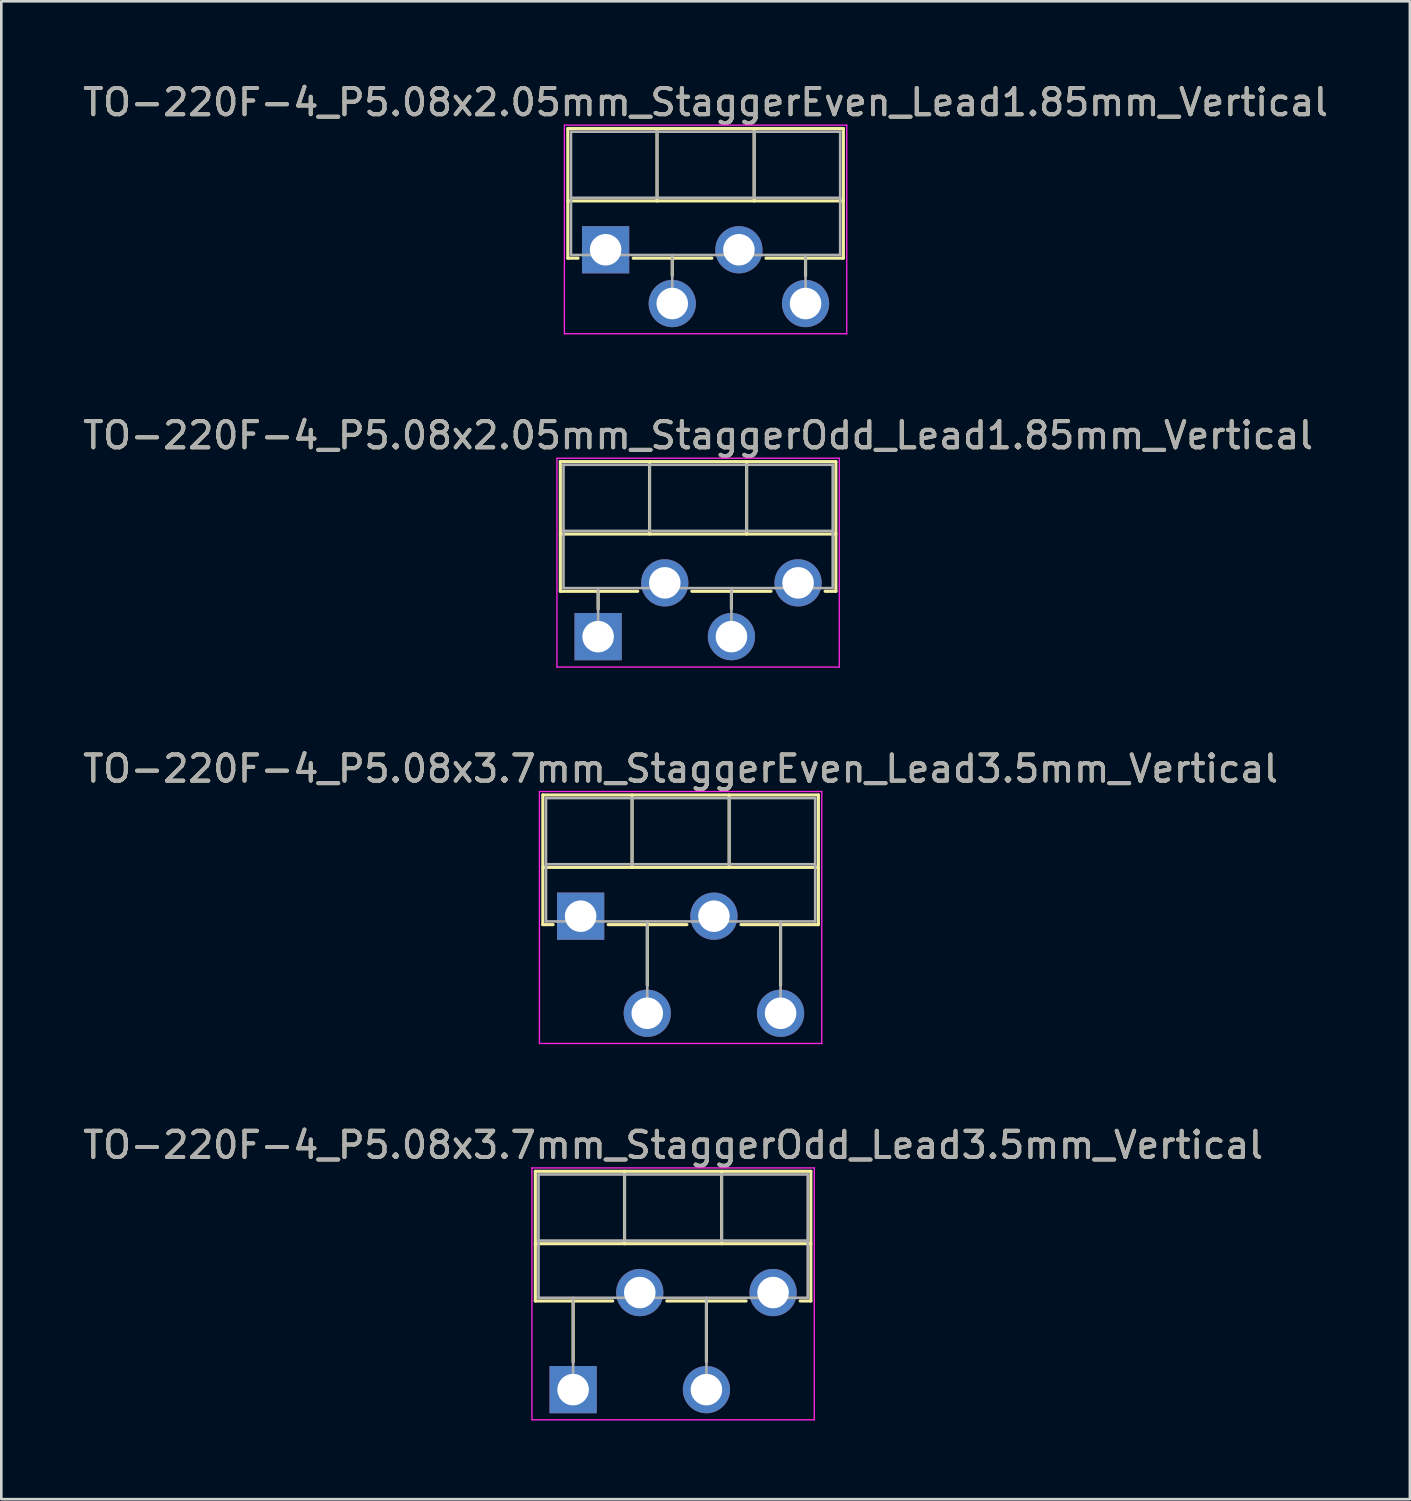
<source format=kicad_pcb>
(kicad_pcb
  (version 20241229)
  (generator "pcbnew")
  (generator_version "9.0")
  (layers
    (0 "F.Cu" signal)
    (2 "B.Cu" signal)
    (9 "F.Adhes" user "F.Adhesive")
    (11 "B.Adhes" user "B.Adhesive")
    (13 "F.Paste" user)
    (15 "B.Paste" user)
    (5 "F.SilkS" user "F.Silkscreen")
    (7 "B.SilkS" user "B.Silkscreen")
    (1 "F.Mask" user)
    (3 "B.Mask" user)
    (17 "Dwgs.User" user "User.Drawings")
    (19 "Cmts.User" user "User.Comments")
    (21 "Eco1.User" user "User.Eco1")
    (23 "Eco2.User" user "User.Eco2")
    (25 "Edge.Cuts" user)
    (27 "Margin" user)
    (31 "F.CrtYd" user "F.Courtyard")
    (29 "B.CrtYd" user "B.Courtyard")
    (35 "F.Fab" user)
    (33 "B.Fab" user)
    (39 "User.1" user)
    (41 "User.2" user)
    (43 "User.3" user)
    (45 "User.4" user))
  (footprint "TO-220F-4_P5.08x3.7mm_StaggerEven_Lead3.5mm_Vertical"
    (layer "F.Cu")
    (at 19.077 31.865)
    (property "Reference" "TO-220F-4_P5.08x3.7mm_StaggerEven_Lead3.5mm_Vertical" (at 3.81 -5.62 0) (layer "F.SilkS") (effects (font (size 1 1) (thickness 0.15))))
    (attr through_hole)
    (fp_line (start -1.44 -4.62) (end -1.44 0.321) (stroke (width 0.12) (type solid)) (layer "F.SilkS"))
    (fp_line (start -1.44 -4.62) (end 9.06 -4.62) (stroke (width 0.12) (type solid)) (layer "F.SilkS"))
    (fp_line (start -1.44 -1.861) (end 9.06 -1.861) (stroke (width 0.12) (type solid)) (layer "F.SilkS"))
    (fp_line (start -1.44 0.321) (end -1.05 0.321) (stroke (width 0.12) (type solid)) (layer "F.SilkS"))
    (fp_line (start 1.05 0.321) (end 4.049 0.321) (stroke (width 0.12) (type solid)) (layer "F.SilkS"))
    (fp_line (start 1.96 -4.62) (end 1.96 -1.861) (stroke (width 0.12) (type solid)) (layer "F.SilkS"))
    (fp_line (start 2.54 0.321) (end 2.54 2.635) (stroke (width 0.12) (type solid)) (layer "F.SilkS"))
    (fp_line (start 5.66 -4.62) (end 5.66 -1.861) (stroke (width 0.12) (type solid)) (layer "F.SilkS"))
    (fp_line (start 6.112 0.321) (end 9.06 0.321) (stroke (width 0.12) (type solid)) (layer "F.SilkS"))
    (fp_line (start 7.62 0.321) (end 7.62 2.635) (stroke (width 0.12) (type solid)) (layer "F.SilkS"))
    (fp_line (start 9.06 -4.62) (end 9.06 0.321) (stroke (width 0.12) (type solid)) (layer "F.SilkS"))
    (fp_line (start -1.57 -4.75) (end -1.57 4.85) (stroke (width 0.05) (type solid)) (layer "F.CrtYd"))
    (fp_line (start -1.57 4.85) (end 9.19 4.85) (stroke (width 0.05) (type solid)) (layer "F.CrtYd"))
    (fp_line (start 9.19 -4.75) (end -1.57 -4.75) (stroke (width 0.05) (type solid)) (layer "F.CrtYd"))
    (fp_line (start 9.19 4.85) (end 9.19 -4.75) (stroke (width 0.05) (type solid)) (layer "F.CrtYd"))
    (fp_line (start -1.32 -4.5) (end -1.32 0.2) (stroke (width 0.1) (type solid)) (layer "F.Fab"))
    (fp_line (start -1.32 -1.98) (end 8.94 -1.98) (stroke (width 0.1) (type solid)) (layer "F.Fab"))
    (fp_line (start -1.32 0.2) (end 8.94 0.2) (stroke (width 0.1) (type solid)) (layer "F.Fab"))
    (fp_line (start 1.96 -4.5) (end 1.96 -1.98) (stroke (width 0.1) (type solid)) (layer "F.Fab"))
    (fp_line (start 2.54 0.2) (end 2.54 3.7) (stroke (width 0.1) (type solid)) (layer "F.Fab"))
    (fp_line (start 5.66 -4.5) (end 5.66 -1.98) (stroke (width 0.1) (type solid)) (layer "F.Fab"))
    (fp_line (start 7.62 0.2) (end 7.62 3.7) (stroke (width 0.1) (type solid)) (layer "F.Fab"))
    (fp_line (start 8.94 -4.5) (end -1.32 -4.5) (stroke (width 0.1) (type solid)) (layer "F.Fab"))
    (fp_line (start 8.94 0.2) (end 8.94 -4.5) (stroke (width 0.1) (type solid)) (layer "F.Fab"))
    (fp_text user "${REFERENCE}" (at 3.81 -5.62 0) (layer "F.Fab") (effects (font (size 1 1) (thickness 0.15))))
    (pad "1" thru_hole rect (at 0 0) (size 1.8 1.8) (drill 1.2) (layers "*.Cu" "*.Mask"))
    (pad "2" thru_hole oval (at 2.54 3.7) (size 1.8 1.8) (drill 1.2) (layers "*.Cu" "*.Mask"))
    (pad "3" thru_hole oval (at 5.08 0) (size 1.8 1.8) (drill 1.2) (layers "*.Cu" "*.Mask"))
    (pad "4" thru_hole oval (at 7.62 3.7) (size 1.8 1.8) (drill 1.2) (layers "*.Cu" "*.Mask")))
  (footprint "TO-220F-4_P5.08x2.05mm_StaggerOdd_Lead1.85mm_Vertical"
    (layer "F.Cu")
    (at 19.744 21.212)
    (property "Reference" "TO-220F-4_P5.08x2.05mm_StaggerOdd_Lead1.85mm_Vertical" (at 3.81 -7.67 0) (layer "F.SilkS") (effects (font (size 1 1) (thickness 0.15))))
    (attr through_hole)
    (fp_line (start -1.44 -6.67) (end -1.44 -1.729) (stroke (width 0.12) (type solid)) (layer "F.SilkS"))
    (fp_line (start -1.44 -6.67) (end 9.06 -6.67) (stroke (width 0.12) (type solid)) (layer "F.SilkS"))
    (fp_line (start -1.44 -3.911) (end 9.06 -3.911) (stroke (width 0.12) (type solid)) (layer "F.SilkS"))
    (fp_line (start -1.44 -1.729) (end 1.509 -1.729) (stroke (width 0.12) (type solid)) (layer "F.SilkS"))
    (fp_line (start 0 -1.729) (end 0 -1.05) (stroke (width 0.12) (type solid)) (layer "F.SilkS"))
    (fp_line (start 1.96 -6.67) (end 1.96 -3.911) (stroke (width 0.12) (type solid)) (layer "F.SilkS"))
    (fp_line (start 3.572 -1.729) (end 6.589 -1.729) (stroke (width 0.12) (type solid)) (layer "F.SilkS"))
    (fp_line (start 5.08 -1.729) (end 5.08 -1.065) (stroke (width 0.12) (type solid)) (layer "F.SilkS"))
    (fp_line (start 5.66 -6.67) (end 5.66 -3.911) (stroke (width 0.12) (type solid)) (layer "F.SilkS"))
    (fp_line (start 8.652 -1.729) (end 9.06 -1.729) (stroke (width 0.12) (type solid)) (layer "F.SilkS"))
    (fp_line (start 9.06 -6.67) (end 9.06 -1.729) (stroke (width 0.12) (type solid)) (layer "F.SilkS"))
    (fp_line (start -1.57 -6.8) (end -1.57 1.16) (stroke (width 0.05) (type solid)) (layer "F.CrtYd"))
    (fp_line (start -1.57 1.16) (end 9.19 1.16) (stroke (width 0.05) (type solid)) (layer "F.CrtYd"))
    (fp_line (start 9.19 -6.8) (end -1.57 -6.8) (stroke (width 0.05) (type solid)) (layer "F.CrtYd"))
    (fp_line (start 9.19 1.16) (end 9.19 -6.8) (stroke (width 0.05) (type solid)) (layer "F.CrtYd"))
    (fp_line (start -1.32 -6.55) (end -1.32 -1.85) (stroke (width 0.1) (type solid)) (layer "F.Fab"))
    (fp_line (start -1.32 -4.03) (end 8.94 -4.03) (stroke (width 0.1) (type solid)) (layer "F.Fab"))
    (fp_line (start -1.32 -1.85) (end 8.94 -1.85) (stroke (width 0.1) (type solid)) (layer "F.Fab"))
    (fp_line (start 0 -1.85) (end 0 0) (stroke (width 0.1) (type solid)) (layer "F.Fab"))
    (fp_line (start 1.96 -6.55) (end 1.96 -4.03) (stroke (width 0.1) (type solid)) (layer "F.Fab"))
    (fp_line (start 5.08 -1.85) (end 5.08 0) (stroke (width 0.1) (type solid)) (layer "F.Fab"))
    (fp_line (start 5.66 -6.55) (end 5.66 -4.03) (stroke (width 0.1) (type solid)) (layer "F.Fab"))
    (fp_line (start 8.94 -6.55) (end -1.32 -6.55) (stroke (width 0.1) (type solid)) (layer "F.Fab"))
    (fp_line (start 8.94 -1.85) (end 8.94 -6.55) (stroke (width 0.1) (type solid)) (layer "F.Fab"))
    (fp_text user "${REFERENCE}" (at 3.81 -7.67 0) (layer "F.Fab") (effects (font (size 1 1) (thickness 0.15))))
    (pad "1" thru_hole rect (at 0 0) (size 1.8 1.8) (drill 1.2) (layers "*.Cu" "*.Mask"))
    (pad "2" thru_hole oval (at 2.54 -2.05) (size 1.8 1.8) (drill 1.2) (layers "*.Cu" "*.Mask"))
    (pad "3" thru_hole oval (at 5.08 0) (size 1.8 1.8) (drill 1.2) (layers "*.Cu" "*.Mask"))
    (pad "4" thru_hole oval (at 7.62 -2.05) (size 1.8 1.8) (drill 1.2) (layers "*.Cu" "*.Mask")))
  (footprint "TO-220F-4_P5.08x2.05mm_StaggerEven_Lead1.85mm_Vertical"
    (layer "F.Cu")
    (at 20.029 6.468)
    (property "Reference" "TO-220F-4_P5.08x2.05mm_StaggerEven_Lead1.85mm_Vertical" (at 3.81 -5.62 0) (layer "F.SilkS") (effects (font (size 1 1) (thickness 0.15))))
    (attr through_hole)
    (fp_line (start -1.44 -4.62) (end -1.44 0.321) (stroke (width 0.12) (type solid)) (layer "F.SilkS"))
    (fp_line (start -1.44 -4.62) (end 9.06 -4.62) (stroke (width 0.12) (type solid)) (layer "F.SilkS"))
    (fp_line (start -1.44 -1.861) (end 9.06 -1.861) (stroke (width 0.12) (type solid)) (layer "F.SilkS"))
    (fp_line (start -1.44 0.321) (end -1.05 0.321) (stroke (width 0.12) (type solid)) (layer "F.SilkS"))
    (fp_line (start 1.05 0.321) (end 4.049 0.321) (stroke (width 0.12) (type solid)) (layer "F.SilkS"))
    (fp_line (start 1.96 -4.62) (end 1.96 -1.861) (stroke (width 0.12) (type solid)) (layer "F.SilkS"))
    (fp_line (start 2.54 0.321) (end 2.54 0.985) (stroke (width 0.12) (type solid)) (layer "F.SilkS"))
    (fp_line (start 5.66 -4.62) (end 5.66 -1.861) (stroke (width 0.12) (type solid)) (layer "F.SilkS"))
    (fp_line (start 6.112 0.321) (end 9.06 0.321) (stroke (width 0.12) (type solid)) (layer "F.SilkS"))
    (fp_line (start 7.62 0.321) (end 7.62 0.985) (stroke (width 0.12) (type solid)) (layer "F.SilkS"))
    (fp_line (start 9.06 -4.62) (end 9.06 0.321) (stroke (width 0.12) (type solid)) (layer "F.SilkS"))
    (fp_line (start -1.57 -4.75) (end -1.57 3.2) (stroke (width 0.05) (type solid)) (layer "F.CrtYd"))
    (fp_line (start -1.57 3.2) (end 9.19 3.2) (stroke (width 0.05) (type solid)) (layer "F.CrtYd"))
    (fp_line (start 9.19 -4.75) (end -1.57 -4.75) (stroke (width 0.05) (type solid)) (layer "F.CrtYd"))
    (fp_line (start 9.19 3.2) (end 9.19 -4.75) (stroke (width 0.05) (type solid)) (layer "F.CrtYd"))
    (fp_line (start -1.32 -4.5) (end -1.32 0.2) (stroke (width 0.1) (type solid)) (layer "F.Fab"))
    (fp_line (start -1.32 -1.98) (end 8.94 -1.98) (stroke (width 0.1) (type solid)) (layer "F.Fab"))
    (fp_line (start -1.32 0.2) (end 8.94 0.2) (stroke (width 0.1) (type solid)) (layer "F.Fab"))
    (fp_line (start 1.96 -4.5) (end 1.96 -1.98) (stroke (width 0.1) (type solid)) (layer "F.Fab"))
    (fp_line (start 2.54 0.2) (end 2.54 2.05) (stroke (width 0.1) (type solid)) (layer "F.Fab"))
    (fp_line (start 5.66 -4.5) (end 5.66 -1.98) (stroke (width 0.1) (type solid)) (layer "F.Fab"))
    (fp_line (start 7.62 0.2) (end 7.62 2.05) (stroke (width 0.1) (type solid)) (layer "F.Fab"))
    (fp_line (start 8.94 -4.5) (end -1.32 -4.5) (stroke (width 0.1) (type solid)) (layer "F.Fab"))
    (fp_line (start 8.94 0.2) (end 8.94 -4.5) (stroke (width 0.1) (type solid)) (layer "F.Fab"))
    (fp_text user "${REFERENCE}" (at 3.81 -5.62 0) (layer "F.Fab") (effects (font (size 1 1) (thickness 0.15))))
    (pad "1" thru_hole rect (at 0 0) (size 1.8 1.8) (drill 1.2) (layers "*.Cu" "*.Mask"))
    (pad "2" thru_hole oval (at 2.54 2.05) (size 1.8 1.8) (drill 1.2) (layers "*.Cu" "*.Mask"))
    (pad "3" thru_hole oval (at 5.08 0) (size 1.8 1.8) (drill 1.2) (layers "*.Cu" "*.Mask"))
    (pad "4" thru_hole oval (at 7.62 2.05) (size 1.8 1.8) (drill 1.2) (layers "*.Cu" "*.Mask")))
  (footprint "TO-220F-4_P5.08x3.7mm_StaggerOdd_Lead3.5mm_Vertical"
    (layer "F.Cu")
    (at 18.791 49.908)
    (property "Reference" "TO-220F-4_P5.08x3.7mm_StaggerOdd_Lead3.5mm_Vertical" (at 3.81 -9.32 0) (layer "F.SilkS") (effects (font (size 1 1) (thickness 0.15))))
    (attr through_hole)
    (fp_line (start -1.44 -8.32) (end -1.44 -3.379) (stroke (width 0.12) (type solid)) (layer "F.SilkS"))
    (fp_line (start -1.44 -8.32) (end 9.06 -8.32) (stroke (width 0.12) (type solid)) (layer "F.SilkS"))
    (fp_line (start -1.44 -5.561) (end 9.06 -5.561) (stroke (width 0.12) (type solid)) (layer "F.SilkS"))
    (fp_line (start -1.44 -3.379) (end 1.509 -3.379) (stroke (width 0.12) (type solid)) (layer "F.SilkS"))
    (fp_line (start 0 -3.379) (end 0 -1.049) (stroke (width 0.12) (type solid)) (layer "F.SilkS"))
    (fp_line (start 1.96 -8.32) (end 1.96 -5.561) (stroke (width 0.12) (type solid)) (layer "F.SilkS"))
    (fp_line (start 3.572 -3.379) (end 6.589 -3.379) (stroke (width 0.12) (type solid)) (layer "F.SilkS"))
    (fp_line (start 5.08 -3.379) (end 5.08 -1.065) (stroke (width 0.12) (type solid)) (layer "F.SilkS"))
    (fp_line (start 5.66 -8.32) (end 5.66 -5.561) (stroke (width 0.12) (type solid)) (layer "F.SilkS"))
    (fp_line (start 8.652 -3.379) (end 9.06 -3.379) (stroke (width 0.12) (type solid)) (layer "F.SilkS"))
    (fp_line (start 9.06 -8.32) (end 9.06 -3.379) (stroke (width 0.12) (type solid)) (layer "F.SilkS"))
    (fp_line (start -1.57 -8.45) (end -1.57 1.15) (stroke (width 0.05) (type solid)) (layer "F.CrtYd"))
    (fp_line (start -1.57 1.15) (end 9.19 1.15) (stroke (width 0.05) (type solid)) (layer "F.CrtYd"))
    (fp_line (start 9.19 -8.45) (end -1.57 -8.45) (stroke (width 0.05) (type solid)) (layer "F.CrtYd"))
    (fp_line (start 9.19 1.15) (end 9.19 -8.45) (stroke (width 0.05) (type solid)) (layer "F.CrtYd"))
    (fp_line (start -1.32 -8.2) (end -1.32 -3.5) (stroke (width 0.1) (type solid)) (layer "F.Fab"))
    (fp_line (start -1.32 -5.68) (end 8.94 -5.68) (stroke (width 0.1) (type solid)) (layer "F.Fab"))
    (fp_line (start -1.32 -3.5) (end 8.94 -3.5) (stroke (width 0.1) (type solid)) (layer "F.Fab"))
    (fp_line (start 0 -3.5) (end 0 0) (stroke (width 0.1) (type solid)) (layer "F.Fab"))
    (fp_line (start 1.96 -8.2) (end 1.96 -5.68) (stroke (width 0.1) (type solid)) (layer "F.Fab"))
    (fp_line (start 5.08 -3.5) (end 5.08 0) (stroke (width 0.1) (type solid)) (layer "F.Fab"))
    (fp_line (start 5.66 -8.2) (end 5.66 -5.68) (stroke (width 0.1) (type solid)) (layer "F.Fab"))
    (fp_line (start 8.94 -8.2) (end -1.32 -8.2) (stroke (width 0.1) (type solid)) (layer "F.Fab"))
    (fp_line (start 8.94 -3.5) (end 8.94 -8.2) (stroke (width 0.1) (type solid)) (layer "F.Fab"))
    (fp_text user "${REFERENCE}" (at 3.81 -9.32 0) (layer "F.Fab") (effects (font (size 1 1) (thickness 0.15))))
    (pad "1" thru_hole rect (at 0 0) (size 1.8 1.8) (drill 1.2) (layers "*.Cu" "*.Mask"))
    (pad "2" thru_hole oval (at 2.54 -3.7) (size 1.8 1.8) (drill 1.2) (layers "*.Cu" "*.Mask"))
    (pad "3" thru_hole oval (at 5.08 0) (size 1.8 1.8) (drill 1.2) (layers "*.Cu" "*.Mask"))
    (pad "4" thru_hole oval (at 7.62 -3.7) (size 1.8 1.8) (drill 1.2) (layers "*.Cu" "*.Mask")))
  (gr_rect
    (start -3 -3)
    (end 50.679 54.083)
    (stroke (width 0.1) (type default))
    (fill no)
    (layer "Edge.Cuts")))
</source>
